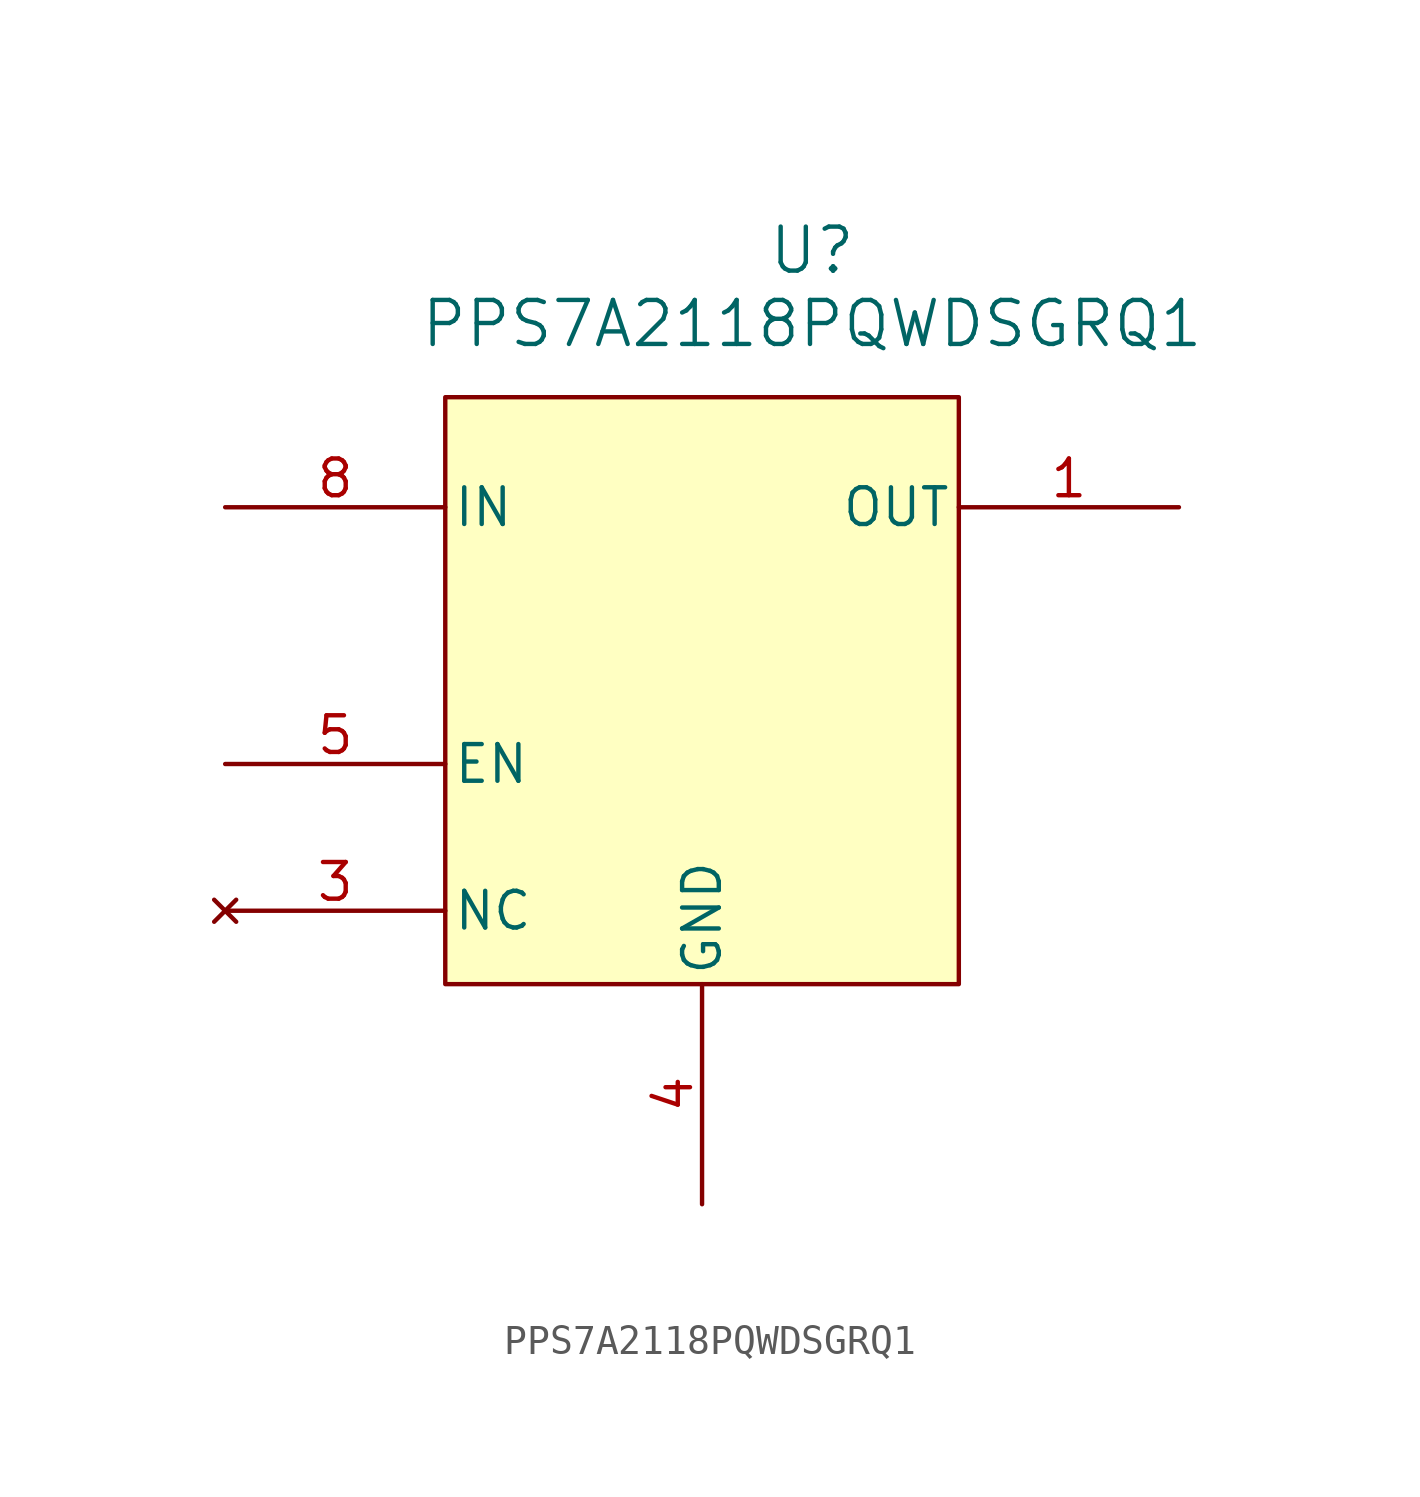
<source format=kicad_sym>
(kicad_symbol_lib
  (version 20241209)
  (generator "kicad_symbol_editor")
  (generator_version "9.0")
  (symbol "PPS7A2118PQWDSGRQ1"
    (pin_names
      (offset 0.254))
    (property "Reference" "U"
      (at 20.32 10.16 0)
      (effects (font (size 1.524 1.524))))
    (property "Value" "PPS7A2118PQWDSGRQ1"
      (at 20.32 7.62 0)
      (effects (font (size 1.524 1.524))))
    (property "ki_locked" ""
      (at 0 0 0)
      (effects (font (size 1.27 1.27))))
    (symbol "PPS7A2118PQWDSGRQ1_0_1"
      (pin input line (at 0 -7.62 0) (length 7.62) (name "EN" (effects (font (size 1.27 1.27)))) (number "5" (effects (font (size 1.27 1.27)))))
      (pin no_connect line (at 0 -12.7 0) (length 7.62) (name "NC" (effects (font (size 1.27 1.27)))) (number "3" (effects (font (size 1.27 1.27)))))
      (pin power_out line (at 16.51 -22.86 90) (length 7.62) (name "GND" (effects (font (size 1.27 1.27)))) (number "4" (effects (font (size 1.27 1.27))))))
    (symbol "PPS7A2118PQWDSGRQ1_1_1"
      (rectangle (start 7.62 5.08) (end 25.4 -15.24) (stroke (width 0) (type solid)) (fill (type background)))
      (pin passive line (at 0 1.27 0) (length 7.62) (hide yes) (name "IN" (effects (font (size 1.27 1.27)))) (number "7" (effects (font (size 1.27 1.27)))))
      (pin input line (at 0 1.27 0) (length 7.62) (name "IN" (effects (font (size 1.27 1.27)))) (number "8" (effects (font (size 1.27 1.27)))))
      (pin passive line (at 0 -12.7 0) (length 7.62) (hide yes) (name "NC" (effects (font (size 1.27 1.27)))) (number "6" (effects (font (size 1.27 1.27)))))
      (pin passive line (at 16.51 -22.86 90) (length 7.62) (hide yes) (name "EPAD" (effects (font (size 1.27 1.27)))) (number "9" (effects (font (size 1.27 1.27)))))
      (pin output line (at 33.02 1.27 180) (length 7.62) (name "OUT" (effects (font (size 1.27 1.27)))) (number "1" (effects (font (size 1.27 1.27)))))
      (pin passive line (at 33.02 1.27 180) (length 7.62) (hide yes) (name "OUT" (effects (font (size 1.27 1.27)))) (number "2" (effects (font (size 1.27 1.27))))))))
</source>
